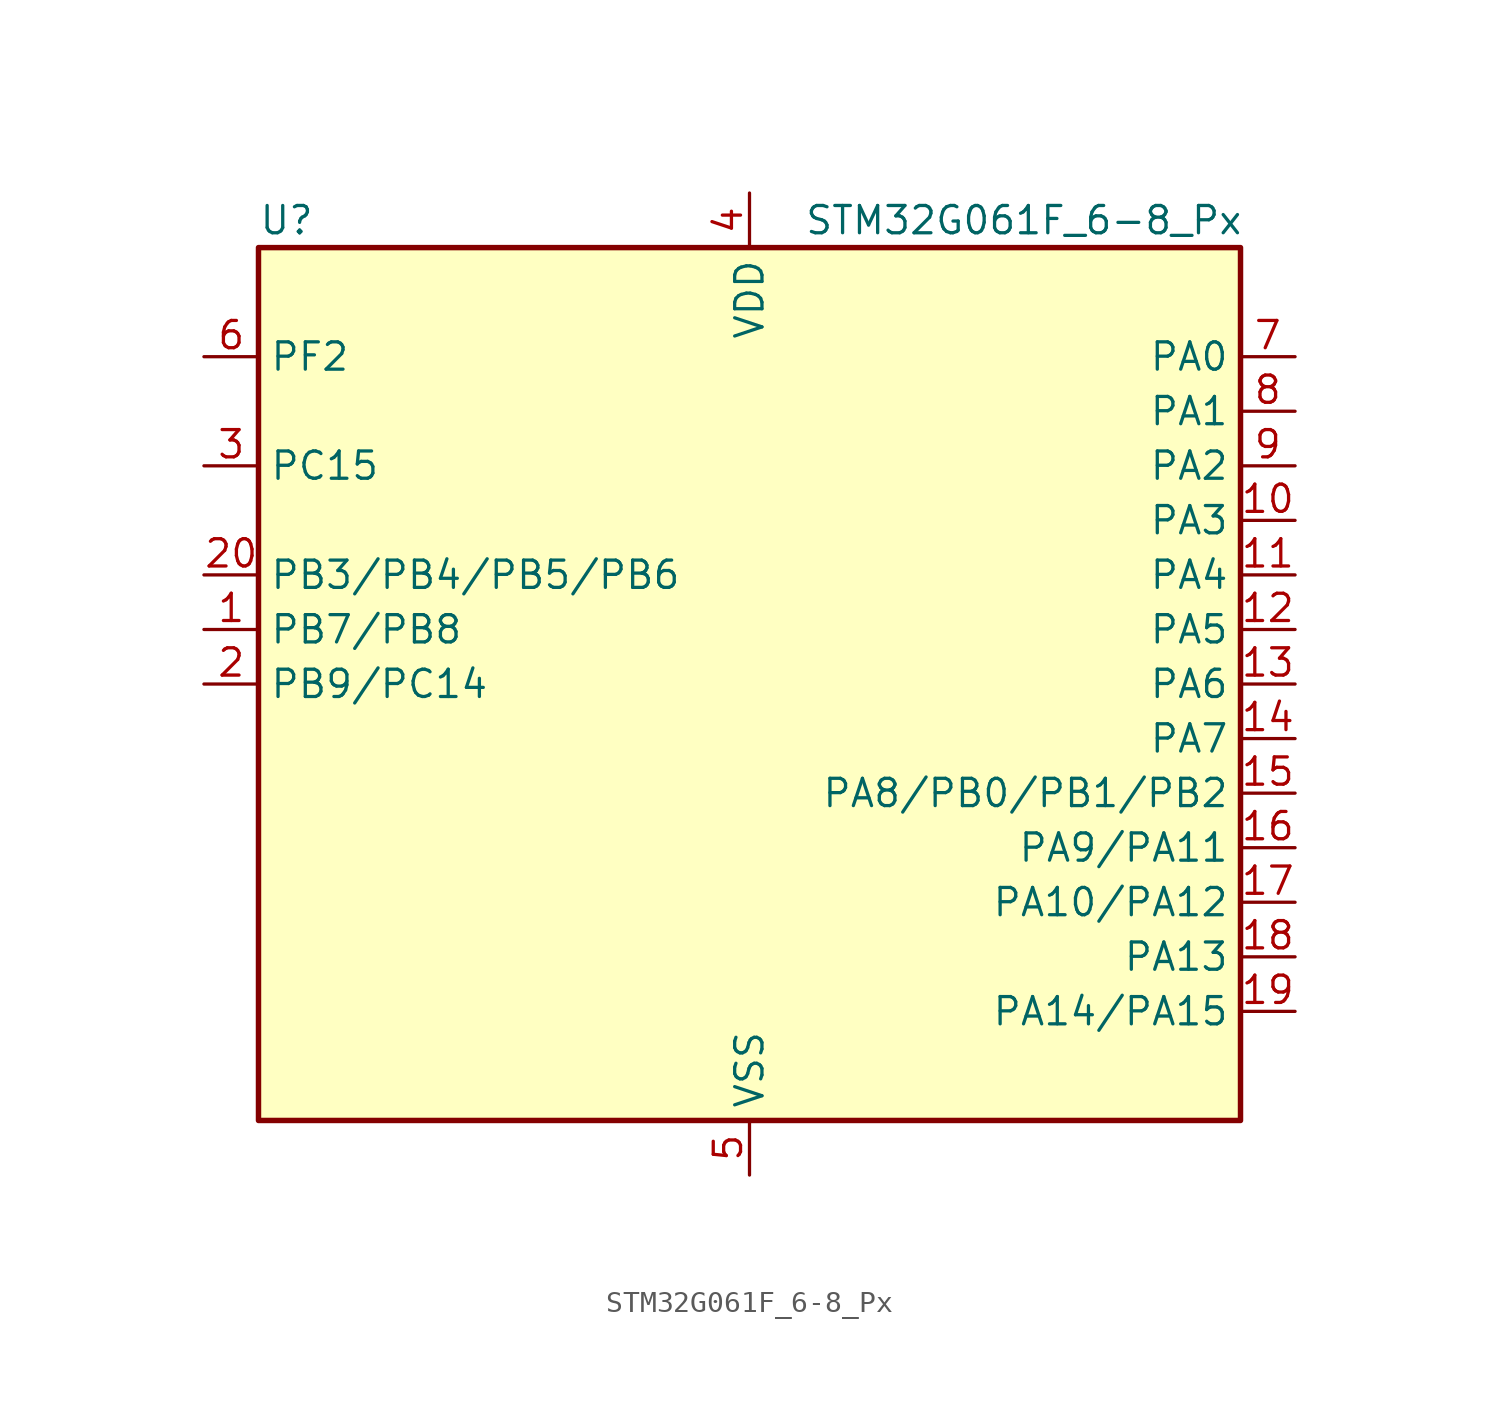
<source format=kicad_sym>
(kicad_symbol_lib
  (version 20231120)
  (generator "kicad-library-utils")
  (generator_version "8.0")
  (symbol "STM32G061F_6-8_Px"
    (property "Reference" "U"
      (at -22.86 21.59 0)
      (effects (font (size 1.27 1.27)) (justify left)))
    (property "Value" "STM32G061F_6-8_Px"
      (at 2.54 21.59 0)
      (effects (font (size 1.27 1.27)) (justify left)))
    (symbol "STM32G061F_6-8_Px_0_1"
      (rectangle (start -22.86 -20.32) (end 22.86 20.32) (stroke (width 0.254) (type default)) (fill (type background))))
    (symbol "STM32G061F_6-8_Px_1_1"
      (pin bidirectional line (at -25.4 2.54 0) (length 2.54) (name "PB7/PB8" (effects (font (size 1.27 1.27)))) (number "1" (effects (font (size 1.27 1.27)))) (alternate "PB7" bidirectional line) (alternate "ADC1_IN11 (PB7)" bidirectional line) (alternate "COMP2_INM (PB7)" bidirectional line) (alternate "I2C1_SDA (PB7)" bidirectional line) (alternate "LPTIM1_IN2 (PB7)" bidirectional line) (alternate "SPI2_MOSI (PB7)" bidirectional line) (alternate "SYS_PVD_IN (PB7)" bidirectional line) (alternate "TIM17_CH1N (PB7)" bidirectional line) (alternate "USART1_RX (PB7)" bidirectional line) (alternate "PB8" bidirectional line) (alternate "I2C1_SCL (PB8)" bidirectional line) (alternate "SPI2_SCK (PB8)" bidirectional line) (alternate "TIM15_BK (PB8)" bidirectional line) (alternate "TIM16_CH1 (PB8)" bidirectional line))
      (pin bidirectional line (at 25.4 7.62 180) (length 2.54) (name "PA3" (effects (font (size 1.27 1.27)))) (number "10" (effects (font (size 1.27 1.27)))) (alternate "ADC1_IN3" bidirectional line) (alternate "COMP2_INP" bidirectional line) (alternate "LPUART1_RX" bidirectional line) (alternate "SPI2_MISO" bidirectional line) (alternate "TIM15_CH2" bidirectional line) (alternate "TIM2_CH4" bidirectional line) (alternate "USART2_RX" bidirectional line))
      (pin bidirectional line (at 25.4 5.08 180) (length 2.54) (name "PA4" (effects (font (size 1.27 1.27)))) (number "11" (effects (font (size 1.27 1.27)))) (alternate "ADC1_IN4" bidirectional line) (alternate "DAC1_OUT1" bidirectional line) (alternate "I2S1_WS" bidirectional line) (alternate "LPTIM2_OUT" bidirectional line) (alternate "RTC_OUT1" bidirectional line) (alternate "RTC_TAMP_IN1" bidirectional line) (alternate "RTC_TS" bidirectional line) (alternate "SPI1_NSS" bidirectional line) (alternate "SPI2_MOSI" bidirectional line) (alternate "SYS_WKUP2" bidirectional line) (alternate "TIM14_CH1" bidirectional line))
      (pin bidirectional line (at 25.4 2.54 180) (length 2.54) (name "PA5" (effects (font (size 1.27 1.27)))) (number "12" (effects (font (size 1.27 1.27)))) (alternate "ADC1_IN5" bidirectional line) (alternate "DAC1_OUT2" bidirectional line) (alternate "I2S1_CK" bidirectional line) (alternate "LPTIM2_ETR" bidirectional line) (alternate "SPI1_SCK" bidirectional line) (alternate "TIM2_CH1" bidirectional line) (alternate "TIM2_ETR" bidirectional line))
      (pin bidirectional line (at 25.4 0 180) (length 2.54) (name "PA6" (effects (font (size 1.27 1.27)))) (number "13" (effects (font (size 1.27 1.27)))) (alternate "ADC1_IN6" bidirectional line) (alternate "COMP1_OUT" bidirectional line) (alternate "I2S1_MCK" bidirectional line) (alternate "LPUART1_CTS" bidirectional line) (alternate "SPI1_MISO" bidirectional line) (alternate "TIM16_CH1" bidirectional line) (alternate "TIM1_BK" bidirectional line) (alternate "TIM3_CH1" bidirectional line))
      (pin bidirectional line (at 25.4 -2.54 180) (length 2.54) (name "PA7" (effects (font (size 1.27 1.27)))) (number "14" (effects (font (size 1.27 1.27)))) (alternate "ADC1_IN7" bidirectional line) (alternate "COMP2_OUT" bidirectional line) (alternate "I2S1_SD" bidirectional line) (alternate "SPI1_MOSI" bidirectional line) (alternate "TIM14_CH1" bidirectional line) (alternate "TIM17_CH1" bidirectional line) (alternate "TIM1_CH1N" bidirectional line) (alternate "TIM3_CH2" bidirectional line))
      (pin bidirectional line (at 25.4 -5.08 180) (length 2.54) (name "PA8/PB0/PB1/PB2" (effects (font (size 1.27 1.27)))) (number "15" (effects (font (size 1.27 1.27)))) (alternate "PA8" bidirectional line) (alternate "LPTIM2_OUT (PA8)" bidirectional line) (alternate "RCC_MCO (PA8)" bidirectional line) (alternate "SPI2_NSS (PA8)" bidirectional line) (alternate "TIM1_CH1 (PA8)" bidirectional line) (alternate "PB0" bidirectional line) (alternate "ADC1_IN8 (PB0)" bidirectional line) (alternate "COMP1_OUT (PB0)" bidirectional line) (alternate "I2S1_WS (PB0)" bidirectional line) (alternate "LPTIM1_OUT (PB0)" bidirectional line) (alternate "SPI1_NSS (PB0)" bidirectional line) (alternate "TIM1_CH2N (PB0)" bidirectional line) (alternate "TIM3_CH3 (PB0)" bidirectional line) (alternate "PB1" bidirectional line) (alternate "ADC1_IN9 (PB1)" bidirectional line) (alternate "COMP1_INM (PB1)" bidirectional line) (alternate "LPTIM2_IN1 (PB1)" bidirectional line) (alternate "LPUART1_DE (PB1)" bidirectional line) (alternate "LPUART1_RTS (PB1)" bidirectional line) (alternate "TIM14_CH1 (PB1)" bidirectional line) (alternate "TIM1_CH3N (PB1)" bidirectional line) (alternate "TIM3_CH4 (PB1)" bidirectional line) (alternate "PB2" bidirectional line) (alternate "ADC1_IN10 (PB2)" bidirectional line) (alternate "COMP1_INP (PB2)" bidirectional line) (alternate "LPTIM1_OUT (PB2)" bidirectional line) (alternate "SPI2_MISO (PB2)" bidirectional line))
      (pin bidirectional line (at 25.4 -7.62 180) (length 2.54) (name "PA9/PA11" (effects (font (size 1.27 1.27)))) (number "16" (effects (font (size 1.27 1.27)))) (alternate "PA9" bidirectional line) (alternate "DAC1_EXTI9 (PA9)" bidirectional line) (alternate "I2C1_SCL (PA9)" bidirectional line) (alternate "RCC_MCO (PA9)" bidirectional line) (alternate "SPI2_MISO (PA9)" bidirectional line) (alternate "TIM15_BK (PA9)" bidirectional line) (alternate "TIM1_CH2 (PA9)" bidirectional line) (alternate "USART1_TX (PA9)" bidirectional line) (alternate "PA11" bidirectional line) (alternate "ADC1_EXTI11 (PA11)" bidirectional line) (alternate "ADC1_IN15 (PA11)" bidirectional line) (alternate "COMP1_OUT (PA11)" bidirectional line) (alternate "I2C2_SCL (PA11)" bidirectional line) (alternate "I2S1_MCK (PA11)" bidirectional line) (alternate "SPI1_MISO (PA11)" bidirectional line) (alternate "TIM1_BK2 (PA11)" bidirectional line) (alternate "TIM1_CH4 (PA11)" bidirectional line) (alternate "USART1_CTS (PA11)" bidirectional line) (alternate "USART1_NSS (PA11)" bidirectional line))
      (pin bidirectional line (at 25.4 -10.16 180) (length 2.54) (name "PA10/PA12" (effects (font (size 1.27 1.27)))) (number "17" (effects (font (size 1.27 1.27)))) (alternate "PA10" bidirectional line) (alternate "I2C1_SDA (PA10)" bidirectional line) (alternate "SPI2_MOSI (PA10)" bidirectional line) (alternate "TIM17_BK (PA10)" bidirectional line) (alternate "TIM1_CH3 (PA10)" bidirectional line) (alternate "USART1_RX (PA10)" bidirectional line) (alternate "PA12" bidirectional line) (alternate "ADC1_IN16 (PA12)" bidirectional line) (alternate "COMP2_OUT (PA12)" bidirectional line) (alternate "I2C2_SDA (PA12)" bidirectional line) (alternate "I2S1_SD (PA12)" bidirectional line) (alternate "I2S_CKIN (PA12)" bidirectional line) (alternate "SPI1_MOSI (PA12)" bidirectional line) (alternate "TIM1_ETR (PA12)" bidirectional line) (alternate "USART1_CK (PA12)" bidirectional line) (alternate "USART1_DE (PA12)" bidirectional line) (alternate "USART1_RTS (PA12)" bidirectional line))
      (pin bidirectional line (at 25.4 -12.7 180) (length 2.54) (name "PA13" (effects (font (size 1.27 1.27)))) (number "18" (effects (font (size 1.27 1.27)))) (alternate "ADC1_IN17" bidirectional line) (alternate "IR_OUT" bidirectional line) (alternate "SYS_SWDIO" bidirectional line))
      (pin bidirectional line (at 25.4 -15.24 180) (length 2.54) (name "PA14/PA15" (effects (font (size 1.27 1.27)))) (number "19" (effects (font (size 1.27 1.27)))) (alternate "PA14" bidirectional line) (alternate "ADC1_IN18 (PA14)" bidirectional line) (alternate "SYS_SWCLK (PA14)" bidirectional line) (alternate "USART2_TX (PA14)" bidirectional line) (alternate "PA15" bidirectional line) (alternate "I2S1_WS (PA15)" bidirectional line) (alternate "SPI1_NSS (PA15)" bidirectional line) (alternate "TIM2_CH1 (PA15)" bidirectional line) (alternate "TIM2_ETR (PA15)" bidirectional line) (alternate "USART2_RX (PA15)" bidirectional line))
      (pin bidirectional line (at -25.4 0 0) (length 2.54) (name "PB9/PC14" (effects (font (size 1.27 1.27)))) (number "2" (effects (font (size 1.27 1.27)))) (alternate "PB9" bidirectional line) (alternate "DAC1_EXTI9 (PB9)" bidirectional line) (alternate "I2C1_SDA (PB9)" bidirectional line) (alternate "IR_OUT (PB9)" bidirectional line) (alternate "SPI2_NSS (PB9)" bidirectional line) (alternate "TIM17_CH1 (PB9)" bidirectional line) (alternate "PC14" bidirectional line) (alternate "RCC_OSC32_IN (PC14)" bidirectional line) (alternate "RCC_OSC_IN (PC14)" bidirectional line) (alternate "TIM1_BK2 (PC14)" bidirectional line))
      (pin bidirectional line (at -25.4 5.08 0) (length 2.54) (name "PB3/PB4/PB5/PB6" (effects (font (size 1.27 1.27)))) (number "20" (effects (font (size 1.27 1.27)))) (alternate "PB3" bidirectional line) (alternate "COMP2_INM (PB3)" bidirectional line) (alternate "I2S1_CK (PB3)" bidirectional line) (alternate "SPI1_SCK (PB3)" bidirectional line) (alternate "TIM1_CH2 (PB3)" bidirectional line) (alternate "TIM2_CH2 (PB3)" bidirectional line) (alternate "USART1_CK (PB3)" bidirectional line) (alternate "USART1_DE (PB3)" bidirectional line) (alternate "USART1_RTS (PB3)" bidirectional line) (alternate "PB4" bidirectional line) (alternate "COMP2_INP (PB4)" bidirectional line) (alternate "I2S1_MCK (PB4)" bidirectional line) (alternate "SPI1_MISO (PB4)" bidirectional line) (alternate "TIM17_BK (PB4)" bidirectional line) (alternate "TIM3_CH1 (PB4)" bidirectional line) (alternate "USART1_CTS (PB4)" bidirectional line) (alternate "USART1_NSS (PB4)" bidirectional line) (alternate "PB5" bidirectional line) (alternate "COMP2_OUT (PB5)" bidirectional line) (alternate "I2C1_SMBA (PB5)" bidirectional line) (alternate "I2S1_SD (PB5)" bidirectional line) (alternate "LPTIM1_IN1 (PB5)" bidirectional line) (alternate "SPI1_MOSI (PB5)" bidirectional line) (alternate "SYS_WKUP6 (PB5)" bidirectional line) (alternate "TIM16_BK (PB5)" bidirectional line) (alternate "TIM3_CH2 (PB5)" bidirectional line) (alternate "PB6" bidirectional line) (alternate "COMP2_INP (PB6)" bidirectional line) (alternate "I2C1_SCL (PB6)" bidirectional line) (alternate "LPTIM1_ETR (PB6)" bidirectional line) (alternate "SPI2_MISO (PB6)" bidirectional line) (alternate "TIM16_CH1N (PB6)" bidirectional line) (alternate "TIM1_CH3 (PB6)" bidirectional line) (alternate "USART1_TX (PB6)" bidirectional line))
      (pin bidirectional line (at -25.4 10.16 0) (length 2.54) (name "PC15" (effects (font (size 1.27 1.27)))) (number "3" (effects (font (size 1.27 1.27)))) (alternate "RCC_OSC32_EN" bidirectional line) (alternate "RCC_OSC32_OUT" bidirectional line) (alternate "RCC_OSC_EN" bidirectional line) (alternate "TIM15_BK" bidirectional line))
      (pin power_in line (at 0 22.86 270) (length 2.54) (name "VDD" (effects (font (size 1.27 1.27)))) (number "4" (effects (font (size 1.27 1.27)))))
      (pin power_in line (at 0 -22.86 90) (length 2.54) (name "VSS" (effects (font (size 1.27 1.27)))) (number "5" (effects (font (size 1.27 1.27)))))
      (pin bidirectional line (at -25.4 15.24 0) (length 2.54) (name "PF2" (effects (font (size 1.27 1.27)))) (number "6" (effects (font (size 1.27 1.27)))) (alternate "RCC_MCO" bidirectional line))
      (pin bidirectional line (at 25.4 15.24 180) (length 2.54) (name "PA0" (effects (font (size 1.27 1.27)))) (number "7" (effects (font (size 1.27 1.27)))) (alternate "ADC1_IN0" bidirectional line) (alternate "COMP1_INM" bidirectional line) (alternate "COMP1_OUT" bidirectional line) (alternate "LPTIM1_OUT" bidirectional line) (alternate "RTC_TAMP_IN2" bidirectional line) (alternate "SPI2_SCK" bidirectional line) (alternate "SYS_WKUP1" bidirectional line) (alternate "TIM2_CH1" bidirectional line) (alternate "TIM2_ETR" bidirectional line) (alternate "USART2_CTS" bidirectional line) (alternate "USART2_NSS" bidirectional line))
      (pin bidirectional line (at 25.4 12.7 180) (length 2.54) (name "PA1" (effects (font (size 1.27 1.27)))) (number "8" (effects (font (size 1.27 1.27)))) (alternate "ADC1_IN1" bidirectional line) (alternate "COMP1_INP" bidirectional line) (alternate "I2C1_SMBA" bidirectional line) (alternate "I2S1_CK" bidirectional line) (alternate "SPI1_SCK" bidirectional line) (alternate "TIM15_CH1N" bidirectional line) (alternate "TIM2_CH2" bidirectional line) (alternate "USART2_CK" bidirectional line) (alternate "USART2_DE" bidirectional line) (alternate "USART2_RTS" bidirectional line))
      (pin bidirectional line (at 25.4 10.16 180) (length 2.54) (name "PA2" (effects (font (size 1.27 1.27)))) (number "9" (effects (font (size 1.27 1.27)))) (alternate "ADC1_IN2" bidirectional line) (alternate "COMP2_INM" bidirectional line) (alternate "COMP2_OUT" bidirectional line) (alternate "I2S1_SD" bidirectional line) (alternate "LPUART1_TX" bidirectional line) (alternate "RCC_LSCO" bidirectional line) (alternate "SPI1_MOSI" bidirectional line) (alternate "SYS_WKUP4" bidirectional line) (alternate "TIM15_CH1" bidirectional line) (alternate "TIM2_CH3" bidirectional line) (alternate "USART2_TX" bidirectional line)))))
</source>
